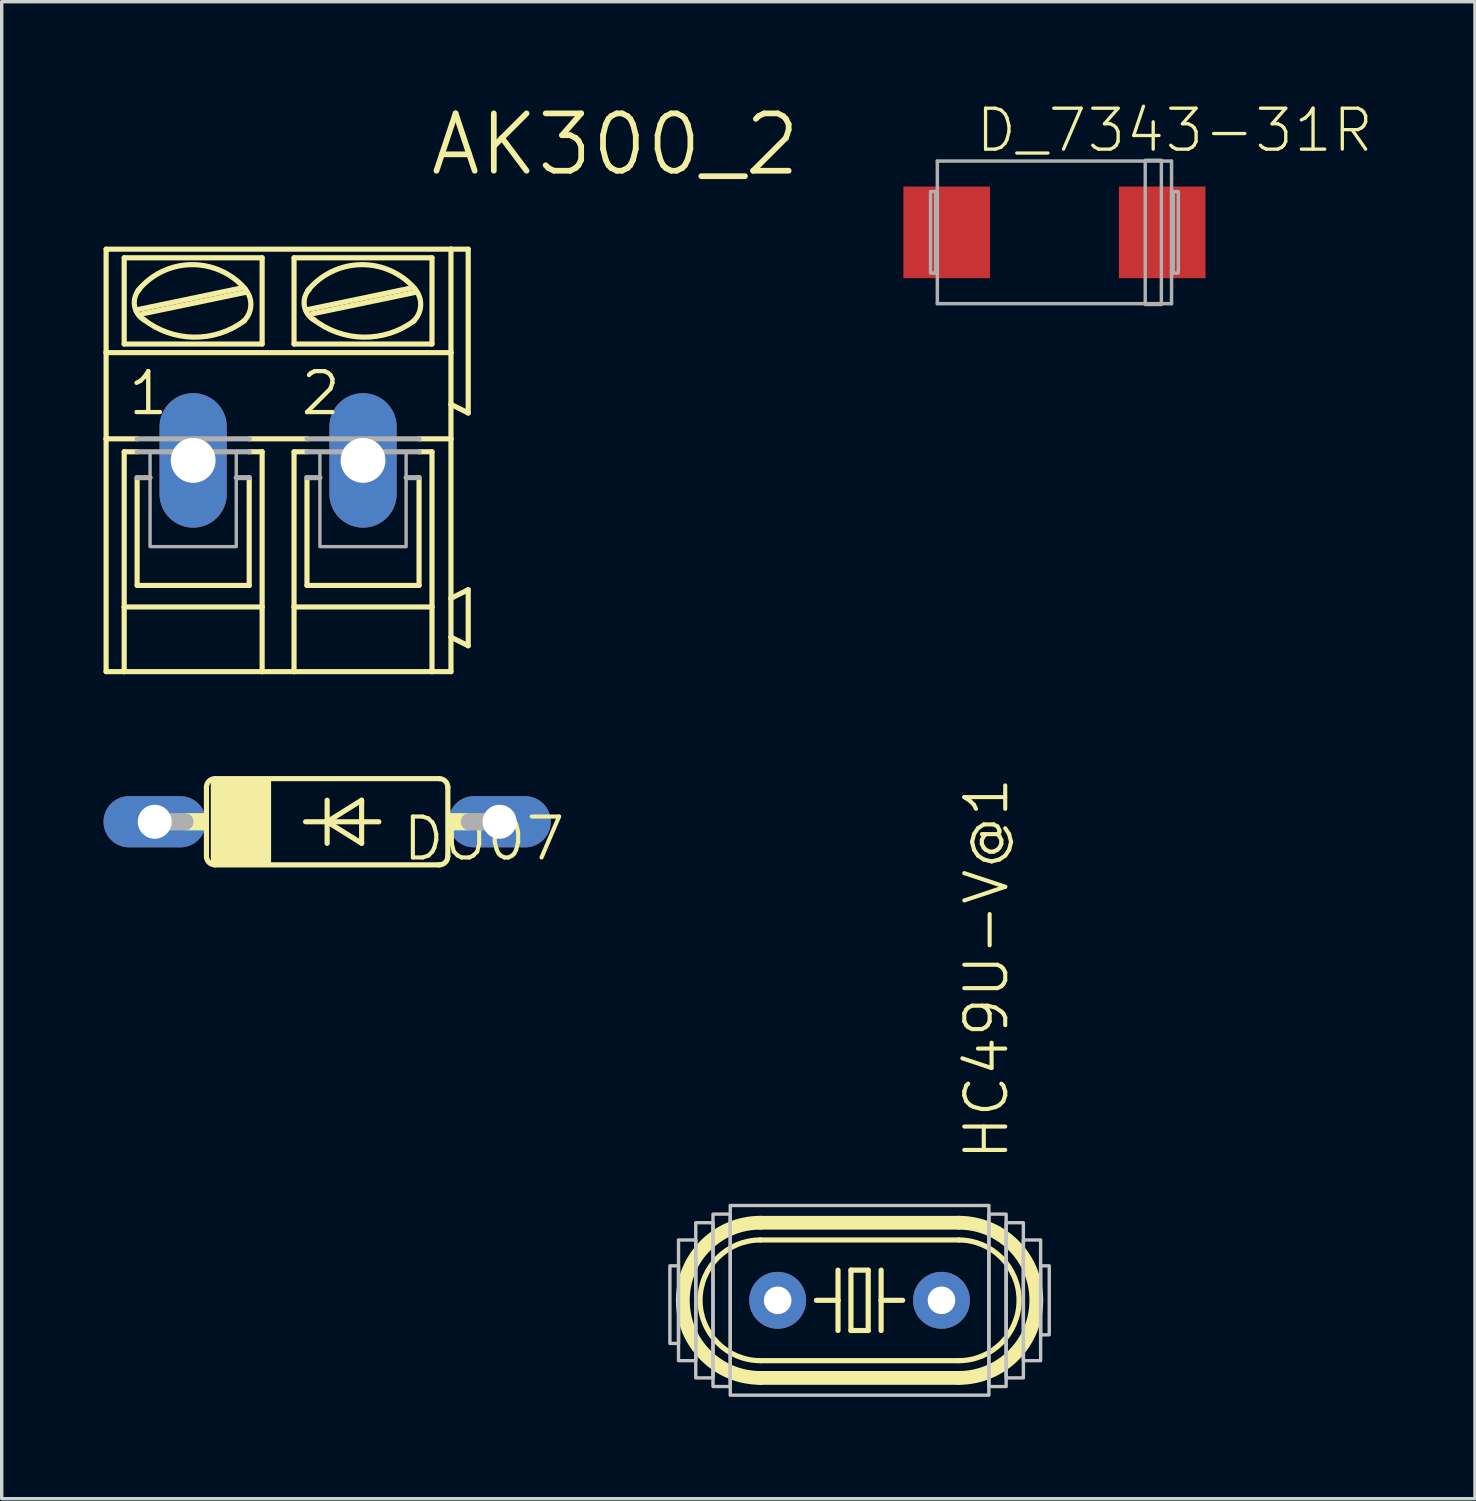
<source format=kicad_pcb>
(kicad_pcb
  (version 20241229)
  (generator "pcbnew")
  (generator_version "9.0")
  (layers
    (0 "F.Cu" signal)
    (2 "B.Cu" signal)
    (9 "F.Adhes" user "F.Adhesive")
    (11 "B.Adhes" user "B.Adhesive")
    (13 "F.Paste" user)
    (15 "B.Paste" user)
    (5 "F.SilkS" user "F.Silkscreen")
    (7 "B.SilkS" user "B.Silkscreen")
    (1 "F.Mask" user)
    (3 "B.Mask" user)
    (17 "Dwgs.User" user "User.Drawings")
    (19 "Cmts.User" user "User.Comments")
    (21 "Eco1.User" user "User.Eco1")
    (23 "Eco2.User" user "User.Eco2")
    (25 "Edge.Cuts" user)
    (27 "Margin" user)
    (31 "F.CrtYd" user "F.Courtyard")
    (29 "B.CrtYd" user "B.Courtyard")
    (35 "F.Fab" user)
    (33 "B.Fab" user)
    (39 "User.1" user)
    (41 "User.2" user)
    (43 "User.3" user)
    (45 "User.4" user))
  (footprint "HC49U-V@1"
    (layer "F.Cu")
    (at 22.274 35.259)
    (property "Reference" "HC49U-V@1" (at 4.445 -4.064 90) (layer "F.SilkS") (effects (font (size 1.206 1.206) (thickness 0.121)) (justify left bottom)))
    (attr through_hole)
    (fp_line (start -2.921 -2.286) (end 2.921 -2.286) (stroke (width 0.406) (type solid)) (layer "F.SilkS"))
    (fp_line (start -2.921 1.778) (end 2.921 1.778) (stroke (width 0.152) (type solid)) (layer "F.SilkS"))
    (fp_line (start -2.921 2.286) (end 2.921 2.286) (stroke (width 0.406) (type solid)) (layer "F.SilkS"))
    (fp_line (start -0.635 -0.889) (end -0.635 0) (stroke (width 0.152) (type solid)) (layer "F.SilkS"))
    (fp_line (start -0.635 0) (end -1.27 0) (stroke (width 0.152) (type solid)) (layer "F.SilkS"))
    (fp_line (start -0.635 0) (end -0.635 0.889) (stroke (width 0.152) (type solid)) (layer "F.SilkS"))
    (fp_line (start -0.254 -0.889) (end 0.254 -0.889) (stroke (width 0.152) (type solid)) (layer "F.SilkS"))
    (fp_line (start -0.254 0.889) (end -0.254 -0.889) (stroke (width 0.152) (type solid)) (layer "F.SilkS"))
    (fp_line (start 0.254 -0.889) (end 0.254 0.889) (stroke (width 0.152) (type solid)) (layer "F.SilkS"))
    (fp_line (start 0.254 0.889) (end -0.254 0.889) (stroke (width 0.152) (type solid)) (layer "F.SilkS"))
    (fp_line (start 0.635 -0.889) (end 0.635 0) (stroke (width 0.152) (type solid)) (layer "F.SilkS"))
    (fp_line (start 0.635 0) (end 0.635 0.889) (stroke (width 0.152) (type solid)) (layer "F.SilkS"))
    (fp_line (start 0.635 0) (end 1.27 0) (stroke (width 0.152) (type solid)) (layer "F.SilkS"))
    (fp_line (start 2.921 -1.778) (end -2.921 -1.778) (stroke (width 0.152) (type solid)) (layer "F.SilkS"))
    (fp_arc (start -2.921 1.778) (mid -4.699 0) (end -2.921 -1.778) (stroke (width 0.1524) (type solid)) (layer "F.SilkS"))
    (fp_arc (start -2.921 2.286) (mid -5.207 0) (end -2.921 -2.286) (stroke (width 0.4064) (type solid)) (layer "F.SilkS"))
    (fp_arc (start 2.921 -2.286) (mid 5.207 0) (end 2.921 2.286) (stroke (width 0.4064) (type solid)) (layer "F.SilkS"))
    (fp_arc (start 2.921 -1.778) (mid 4.699 0) (end 2.921 1.778) (stroke (width 0.1524) (type solid)) (layer "F.SilkS"))
    (fp_poly (pts (xy -5.588 1.27) (xy -5.334 1.27) (xy -5.334 -1.016) (xy -5.588 -1.016)) (stroke (width 0.1) (type solid)) (fill no) (layer "Dwgs.User"))
    (fp_poly (pts (xy -5.334 1.778) (xy -4.826 1.778) (xy -4.826 -1.778) (xy -5.334 -1.778)) (stroke (width 0.1) (type solid)) (fill no) (layer "Dwgs.User"))
    (fp_poly (pts (xy -4.826 2.286) (xy -4.318 2.286) (xy -4.318 -2.286) (xy -4.826 -2.286)) (stroke (width 0.1) (type solid)) (fill no) (layer "Dwgs.User"))
    (fp_poly (pts (xy -4.318 2.54) (xy -3.81 2.54) (xy -3.81 -2.54) (xy -4.318 -2.54)) (stroke (width 0.1) (type solid)) (fill no) (layer "Dwgs.User"))
    (fp_poly (pts (xy -3.81 2.794) (xy 3.81 2.794) (xy 3.81 -2.794) (xy -3.81 -2.794)) (stroke (width 0.1) (type solid)) (fill no) (layer "Dwgs.User"))
    (fp_poly (pts (xy 3.81 2.54) (xy 4.318 2.54) (xy 4.318 -2.54) (xy 3.81 -2.54)) (stroke (width 0.1) (type solid)) (fill no) (layer "Dwgs.User"))
    (fp_poly (pts (xy 4.318 2.286) (xy 4.826 2.286) (xy 4.826 -2.286) (xy 4.318 -2.286)) (stroke (width 0.1) (type solid)) (fill no) (layer "Dwgs.User"))
    (fp_poly (pts (xy 4.826 1.778) (xy 5.334 1.778) (xy 5.334 -1.778) (xy 4.826 -1.778)) (stroke (width 0.1) (type solid)) (fill no) (layer "Dwgs.User"))
    (fp_poly (pts (xy 5.334 1.016) (xy 5.588 1.016) (xy 5.588 -1.016) (xy 5.334 -1.016)) (stroke (width 0.1) (type solid)) (fill no) (layer "Dwgs.User"))
    (pad "1" thru_hole circle (at -2.413 0) (size 1.676 1.676) (drill 0.813) (layers "*.Cu" "*.Mask"))
    (pad "2" thru_hole circle (at 2.413 0) (size 1.676 1.676) (drill 0.813) (layers "*.Cu" "*.Mask")))
  (footprint "AK300_2"
    (layer "F.Cu")
    (at 5.156 10.514)
    (property "Reference" "AK300_2" (at 4.381 -8.319 180) (layer "F.SilkS") (effects (font (size 1.689 1.689) (thickness 0.169)) (justify left bottom)))
    (attr through_hole)
    (fp_line (start -5.08 -3.175) (end -5.08 -6.223) (stroke (width 0.152) (type solid)) (layer "F.SilkS"))
    (fp_line (start -5.08 -3.175) (end 5.08 -3.175) (stroke (width 0.152) (type solid)) (layer "F.SilkS"))
    (fp_line (start -5.08 -0.635) (end -5.08 -3.175) (stroke (width 0.152) (type solid)) (layer "F.SilkS"))
    (fp_line (start -5.08 -0.635) (end -4.166 -0.635) (stroke (width 0.152) (type solid)) (layer "F.SilkS"))
    (fp_line (start -5.08 6.223) (end -5.08 -0.635) (stroke (width 0.152) (type solid)) (layer "F.SilkS"))
    (fp_line (start -5.08 6.223) (end -4.547 6.223) (stroke (width 0.152) (type solid)) (layer "F.SilkS"))
    (fp_line (start -4.547 -3.429) (end -4.547 -5.969) (stroke (width 0.152) (type solid)) (layer "F.SilkS"))
    (fp_line (start -4.547 -0.254) (end -4.547 4.318) (stroke (width 0.152) (type solid)) (layer "F.SilkS"))
    (fp_line (start -4.547 -0.254) (end -4.166 -0.254) (stroke (width 0.152) (type solid)) (layer "F.SilkS"))
    (fp_line (start -4.547 4.318) (end -4.547 6.223) (stroke (width 0.152) (type solid)) (layer "F.SilkS"))
    (fp_line (start -4.547 6.223) (end -0.483 6.223) (stroke (width 0.152) (type solid)) (layer "F.SilkS"))
    (fp_line (start -4.166 3.683) (end -4.166 0.508) (stroke (width 0.152) (type solid)) (layer "F.SilkS"))
    (fp_line (start -4.14 -4.445) (end -1.092 -5.08) (stroke (width 0.152) (type solid)) (layer "F.SilkS"))
    (fp_line (start -4.013 -4.318) (end -0.965 -4.953) (stroke (width 0.152) (type solid)) (layer "F.SilkS"))
    (fp_line (start -0.864 -0.635) (end 0.838 -0.635) (stroke (width 0.152) (type solid)) (layer "F.SilkS"))
    (fp_line (start -0.864 3.683) (end -4.166 3.683) (stroke (width 0.152) (type solid)) (layer "F.SilkS"))
    (fp_line (start -0.864 3.683) (end -0.864 0.508) (stroke (width 0.152) (type solid)) (layer "F.SilkS"))
    (fp_line (start -0.483 -5.969) (end -4.547 -5.969) (stroke (width 0.152) (type solid)) (layer "F.SilkS"))
    (fp_line (start -0.483 -3.429) (end -4.547 -3.429) (stroke (width 0.152) (type solid)) (layer "F.SilkS"))
    (fp_line (start -0.483 -3.429) (end -0.483 -5.969) (stroke (width 0.152) (type solid)) (layer "F.SilkS"))
    (fp_line (start -0.483 -0.254) (end -0.864 -0.254) (stroke (width 0.152) (type solid)) (layer "F.SilkS"))
    (fp_line (start -0.483 4.318) (end -4.547 4.318) (stroke (width 0.152) (type solid)) (layer "F.SilkS"))
    (fp_line (start -0.483 4.318) (end -0.483 -0.254) (stroke (width 0.152) (type solid)) (layer "F.SilkS"))
    (fp_line (start -0.483 6.223) (end -0.483 4.318) (stroke (width 0.152) (type solid)) (layer "F.SilkS"))
    (fp_line (start -0.483 6.223) (end 0.457 6.223) (stroke (width 0.152) (type solid)) (layer "F.SilkS"))
    (fp_line (start 0.457 -5.969) (end 4.521 -5.969) (stroke (width 0.152) (type solid)) (layer "F.SilkS"))
    (fp_line (start 0.457 -3.429) (end 0.457 -5.969) (stroke (width 0.152) (type solid)) (layer "F.SilkS"))
    (fp_line (start 0.457 -0.254) (end 0.838 -0.254) (stroke (width 0.152) (type solid)) (layer "F.SilkS"))
    (fp_line (start 0.457 4.318) (end 0.457 -0.254) (stroke (width 0.152) (type solid)) (layer "F.SilkS"))
    (fp_line (start 0.457 4.318) (end 4.521 4.318) (stroke (width 0.152) (type solid)) (layer "F.SilkS"))
    (fp_line (start 0.457 6.223) (end 0.457 4.318) (stroke (width 0.152) (type solid)) (layer "F.SilkS"))
    (fp_line (start 0.457 6.223) (end 4.521 6.223) (stroke (width 0.152) (type solid)) (layer "F.SilkS"))
    (fp_line (start 0.838 3.683) (end 0.838 0.508) (stroke (width 0.152) (type solid)) (layer "F.SilkS"))
    (fp_line (start 0.864 -4.445) (end 3.912 -5.08) (stroke (width 0.152) (type solid)) (layer "F.SilkS"))
    (fp_line (start 0.991 -4.318) (end 4.039 -4.953) (stroke (width 0.152) (type solid)) (layer "F.SilkS"))
    (fp_line (start 4.14 3.683) (end 0.838 3.683) (stroke (width 0.152) (type solid)) (layer "F.SilkS"))
    (fp_line (start 4.14 3.683) (end 4.14 0.508) (stroke (width 0.152) (type solid)) (layer "F.SilkS"))
    (fp_line (start 4.521 -5.969) (end 4.521 -3.429) (stroke (width 0.152) (type solid)) (layer "F.SilkS"))
    (fp_line (start 4.521 -3.429) (end 0.457 -3.429) (stroke (width 0.152) (type solid)) (layer "F.SilkS"))
    (fp_line (start 4.521 -0.254) (end 4.14 -0.254) (stroke (width 0.152) (type solid)) (layer "F.SilkS"))
    (fp_line (start 4.521 -0.254) (end 4.521 4.318) (stroke (width 0.152) (type solid)) (layer "F.SilkS"))
    (fp_line (start 4.521 4.318) (end 4.521 6.223) (stroke (width 0.152) (type solid)) (layer "F.SilkS"))
    (fp_line (start 4.521 6.223) (end 5.08 6.223) (stroke (width 0.152) (type solid)) (layer "F.SilkS"))
    (fp_line (start 5.08 -6.223) (end -5.08 -6.223) (stroke (width 0.152) (type solid)) (layer "F.SilkS"))
    (fp_line (start 5.08 -6.223) (end 5.08 -3.175) (stroke (width 0.152) (type solid)) (layer "F.SilkS"))
    (fp_line (start 5.08 -6.223) (end 5.588 -6.223) (stroke (width 0.152) (type solid)) (layer "F.SilkS"))
    (fp_line (start 5.08 -3.175) (end 5.08 -1.651) (stroke (width 0.152) (type solid)) (layer "F.SilkS"))
    (fp_line (start 5.08 -1.651) (end 5.08 -0.635) (stroke (width 0.152) (type solid)) (layer "F.SilkS"))
    (fp_line (start 5.08 -0.635) (end 4.14 -0.635) (stroke (width 0.152) (type solid)) (layer "F.SilkS"))
    (fp_line (start 5.08 -0.635) (end 5.08 4.064) (stroke (width 0.152) (type solid)) (layer "F.SilkS"))
    (fp_line (start 5.08 4.064) (end 5.08 5.207) (stroke (width 0.152) (type solid)) (layer "F.SilkS"))
    (fp_line (start 5.08 5.207) (end 5.08 6.223) (stroke (width 0.152) (type solid)) (layer "F.SilkS"))
    (fp_line (start 5.588 -6.223) (end 5.588 -1.397) (stroke (width 0.152) (type solid)) (layer "F.SilkS"))
    (fp_line (start 5.588 -1.397) (end 5.08 -1.651) (stroke (width 0.152) (type solid)) (layer "F.SilkS"))
    (fp_line (start 5.588 3.81) (end 5.08 4.064) (stroke (width 0.152) (type solid)) (layer "F.SilkS"))
    (fp_line (start 5.588 3.81) (end 5.588 5.461) (stroke (width 0.152) (type solid)) (layer "F.SilkS"))
    (fp_line (start 5.588 5.461) (end 5.08 5.207) (stroke (width 0.152) (type solid)) (layer "F.SilkS"))
    (fp_arc (start -4.1402 -5.0038) (mid -2.575826 -5.76695) (end -0.985799 -5.058801) (stroke (width 0.1524) (type solid)) (layer "F.SilkS"))
    (fp_arc (start -3.945701 -4.129699) (mid -4.243625 -4.557025) (end -4.0894 -5.0546) (stroke (width 0.1524) (type solid)) (layer "F.SilkS"))
    (fp_arc (start -1.000001 -4.118799) (mid -2.501904 -3.631242) (end -3.9878 -4.1656) (stroke (width 0.1524) (type solid)) (layer "F.SilkS"))
    (fp_arc (start -0.990699 -5.054499) (mid -0.816339 -4.558083) (end -1.0464 -4.0849) (stroke (width 0.1524) (type solid)) (layer "F.SilkS"))
    (fp_arc (start 0.8636 -5.0038) (mid 2.42792 -5.766807) (end 4.0178 -5.058598) (stroke (width 0.1524) (type solid)) (layer "F.SilkS"))
    (fp_arc (start 1.058098 -4.1297) (mid 0.760175 -4.557026) (end 0.9144 -5.0546) (stroke (width 0.1524) (type solid)) (layer "F.SilkS"))
    (fp_arc (start 4.0038 -4.118901) (mid 2.501914 -3.631283) (end 1.016 -4.1656) (stroke (width 0.1524) (type solid)) (layer "F.SilkS"))
    (fp_arc (start 4.0131 -5.0545) (mid 4.18746 -4.558084) (end 3.9574 -4.0849) (stroke (width 0.1524) (type solid)) (layer "F.SilkS"))
    (fp_line (start -4.166 -0.635) (end -0.864 -0.635) (stroke (width 0.152) (type solid)) (layer "F.Fab"))
    (fp_line (start -4.166 0.508) (end -3.785 0.508) (stroke (width 0.152) (type solid)) (layer "F.Fab"))
    (fp_line (start -0.864 -0.254) (end -4.166 -0.254) (stroke (width 0.152) (type solid)) (layer "F.Fab"))
    (fp_line (start -0.864 0.508) (end -1.245 0.508) (stroke (width 0.152) (type solid)) (layer "F.Fab"))
    (fp_line (start 0.838 -0.254) (end 4.14 -0.254) (stroke (width 0.152) (type solid)) (layer "F.Fab"))
    (fp_line (start 0.838 0.508) (end 1.219 0.508) (stroke (width 0.152) (type solid)) (layer "F.Fab"))
    (fp_line (start 4.14 -0.635) (end 0.838 -0.635) (stroke (width 0.152) (type solid)) (layer "F.Fab"))
    (fp_line (start 4.14 0.508) (end 3.759 0.508) (stroke (width 0.152) (type solid)) (layer "F.Fab"))
    (fp_poly (pts (xy -3.785 2.54) (xy -1.245 2.54) (xy -1.245 -0.254) (xy -3.785 -0.254)) (stroke (width 0.1) (type solid)) (fill no) (layer "F.Fab"))
    (fp_poly (pts (xy 1.219 2.54) (xy 3.759 2.54) (xy 3.759 -0.254) (xy 1.219 -0.254)) (stroke (width 0.1) (type solid)) (fill no) (layer "F.Fab"))
    (fp_text user "2" (at 0.584 -1.27 0) (layer "F.SilkS") (effects (font (size 1.206 1.206) (thickness 0.127)) (justify left bottom)))
    (fp_text user "1" (at -4.496 -1.27 0) (layer "F.SilkS") (effects (font (size 1.206 1.206) (thickness 0.127)) (justify left bottom)))
    (pad "1" thru_hole oval (at -2.515 0 90) (size 3.962 1.981) (drill 1.321) (layers "*.Cu" "*.Mask"))
    (pad "2" thru_hole oval (at 2.489 0 90) (size 3.962 1.981) (drill 1.321) (layers "*.Cu" "*.Mask")))
  (footprint "D_7343-31R"
    (layer "F.Cu")
    (at 28.015 3.796)
    (property "Reference" "D_7343-31R" (at -2.38 -2.3 180) (layer "F.SilkS") (effects (font (size 1.206 1.206) (thickness 0.097)) (justify left bottom)))
    (attr through_hole)
    (fp_line (start -3.45 -2.1) (end 3.45 -2.1) (stroke (width 0.102) (type solid)) (layer "F.Fab"))
    (fp_line (start -3.45 2.1) (end -3.45 -2.1) (stroke (width 0.102) (type solid)) (layer "F.Fab"))
    (fp_line (start 3.45 -2.1) (end 3.45 2.1) (stroke (width 0.102) (type solid)) (layer "F.Fab"))
    (fp_line (start 3.45 2.1) (end -3.45 2.1) (stroke (width 0.102) (type solid)) (layer "F.Fab"))
    (fp_poly (pts (xy -3.65 1.2) (xy -3.5 1.2) (xy -3.5 -1.2) (xy -3.65 -1.2)) (stroke (width 0.1) (type solid)) (fill no) (layer "F.Fab"))
    (fp_poly (pts (xy 2.675 2.125) (xy 3.15 2.125) (xy 3.15 -2.125) (xy 2.675 -2.125)) (stroke (width 0.1) (type solid)) (fill no) (layer "F.Fab"))
    (fp_poly (pts (xy 3.5 1.2) (xy 3.65 1.2) (xy 3.65 -1.2) (xy 3.5 -1.2)) (stroke (width 0.1) (type solid)) (fill no) (layer "F.Fab"))
    (pad "+" smd rect (at 3.175 0) (size 2.55 2.7) (layers "F.Cu" "F.Mask" "F.Paste"))
    (pad "-" smd rect (at -3.175 0) (size 2.55 2.7) (layers "F.Cu" "F.Mask" "F.Paste")))
  (footprint "DO07"
    (layer "F.Cu")
    (at 6.588 21.16)
    (property "Reference" "DO07" (at 2.159 1.206 180) (layer "F.SilkS") (effects (font (size 1.206 1.206) (thickness 0.121)) (justify left bottom)))
    (attr through_hole)
    (fp_line (start -3.556 -1.016) (end -3.556 1.016) (stroke (width 0.152) (type solid)) (layer "F.SilkS"))
    (fp_line (start -3.302 -1.27) (end 3.302 -1.27) (stroke (width 0.152) (type solid)) (layer "F.SilkS"))
    (fp_line (start -3.302 1.27) (end 3.302 1.27) (stroke (width 0.152) (type solid)) (layer "F.SilkS"))
    (fp_line (start -0.635 0) (end 0 0) (stroke (width 0.152) (type solid)) (layer "F.SilkS"))
    (fp_line (start 0 -0.635) (end 0 0) (stroke (width 0.152) (type solid)) (layer "F.SilkS"))
    (fp_line (start 0 0) (end 0 0.635) (stroke (width 0.152) (type solid)) (layer "F.SilkS"))
    (fp_line (start 0 0) (end 1.016 -0.635) (stroke (width 0.152) (type solid)) (layer "F.SilkS"))
    (fp_line (start 0 0) (end 1.524 0) (stroke (width 0.152) (type solid)) (layer "F.SilkS"))
    (fp_line (start 1.016 -0.635) (end 1.016 0.635) (stroke (width 0.152) (type solid)) (layer "F.SilkS"))
    (fp_line (start 1.016 0.635) (end 0 0) (stroke (width 0.152) (type solid)) (layer "F.SilkS"))
    (fp_line (start 3.556 1.016) (end 3.556 -1.016) (stroke (width 0.152) (type solid)) (layer "F.SilkS"))
    (fp_arc (start -3.556 -1.016) (mid -3.481605 -1.195605) (end -3.302 -1.27) (stroke (width 0.1524) (type solid)) (layer "F.SilkS"))
    (fp_arc (start -3.302 1.27) (mid -3.481605 1.195605) (end -3.556 1.016) (stroke (width 0.1524) (type solid)) (layer "F.SilkS"))
    (fp_arc (start 3.302 -1.27) (mid 3.481605 -1.195605) (end 3.556 -1.016) (stroke (width 0.1524) (type solid)) (layer "F.SilkS"))
    (fp_arc (start 3.556 1.016) (mid 3.481605 1.195605) (end 3.302 1.27) (stroke (width 0.1524) (type solid)) (layer "F.SilkS"))
    (fp_poly (pts (xy -4.191 0.254) (xy -3.556 0.254) (xy -3.556 -0.254) (xy -4.191 -0.254)) (stroke (width 0) (type solid)) (fill yes) (layer "F.SilkS"))
    (fp_poly (pts (xy -3.429 1.27) (xy -1.651 1.27) (xy -1.651 -1.27) (xy -3.429 -1.27)) (stroke (width 0) (type solid)) (fill yes) (layer "F.SilkS"))
    (fp_poly (pts (xy 3.556 0.254) (xy 4.191 0.254) (xy 4.191 -0.254) (xy 3.556 -0.254)) (stroke (width 0) (type solid)) (fill yes) (layer "F.SilkS"))
    (fp_line (start -5.08 0) (end -4.191 0) (stroke (width 0.508) (type solid)) (layer "F.Fab"))
    (fp_line (start 5.08 0) (end 4.191 0) (stroke (width 0.508) (type solid)) (layer "F.Fab"))
    (pad "A" thru_hole oval (at 5.08 0) (size 3.016 1.508) (drill 1) (layers "*.Cu" "*.Mask"))
    (pad "C" thru_hole oval (at -5.08 0) (size 3.016 1.508) (drill 1) (layers "*.Cu" "*.Mask")))
  (gr_rect
    (start -3 -3)
    (end 40.404 41.103)
    (stroke (width 0.1) (type default))
    (fill no)
    (layer "Edge.Cuts")))
</source>
